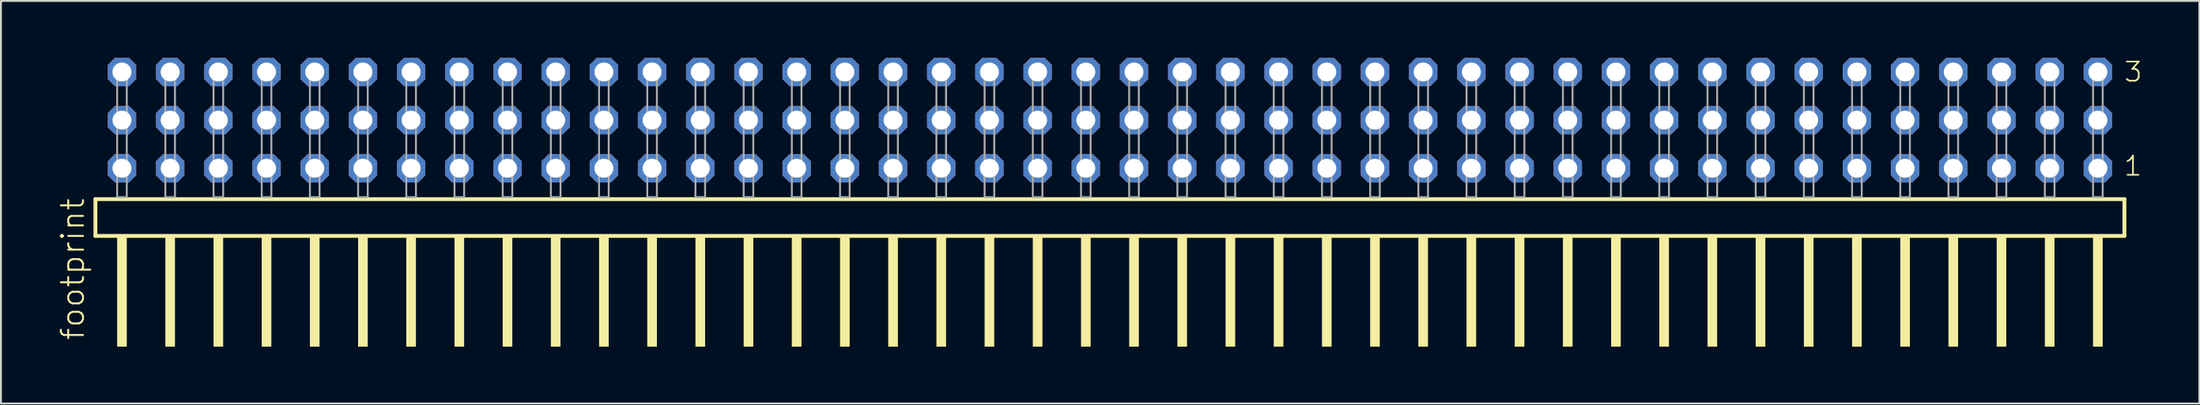
<source format=kicad_pcb>
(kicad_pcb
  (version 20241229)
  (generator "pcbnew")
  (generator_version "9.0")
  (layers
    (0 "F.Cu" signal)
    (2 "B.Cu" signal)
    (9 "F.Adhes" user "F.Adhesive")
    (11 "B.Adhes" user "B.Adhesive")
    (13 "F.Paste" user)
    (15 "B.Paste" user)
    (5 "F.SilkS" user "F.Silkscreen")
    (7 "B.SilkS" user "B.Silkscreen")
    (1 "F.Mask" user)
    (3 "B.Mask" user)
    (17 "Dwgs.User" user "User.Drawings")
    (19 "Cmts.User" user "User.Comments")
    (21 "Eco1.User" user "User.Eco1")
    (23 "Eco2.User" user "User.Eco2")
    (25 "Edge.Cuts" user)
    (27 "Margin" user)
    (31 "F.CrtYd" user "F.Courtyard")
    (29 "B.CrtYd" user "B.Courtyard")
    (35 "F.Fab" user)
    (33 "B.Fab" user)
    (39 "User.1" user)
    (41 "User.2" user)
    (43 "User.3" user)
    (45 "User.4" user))
  (footprint "footprint"
    (layer "F.Cu")
    (at 55.448 7.354)
    (property "Reference" "footprint" (at -53.975 7.62 90) (layer "F.SilkS") (effects (font (size 1.168 1.168) (thickness 0.102)) (justify left bottom)))
    (fp_line (start -53.469 0.106) (end -53.469 2.046) (stroke (width 0.203) (type solid)) (layer "F.SilkS"))
    (fp_line (start -53.469 2.046) (end 53.469 2.046) (stroke (width 0.203) (type solid)) (layer "F.SilkS"))
    (fp_line (start 53.469 0.106) (end -53.469 0.106) (stroke (width 0.203) (type solid)) (layer "F.SilkS"))
    (fp_line (start 53.469 2.046) (end 53.469 0.106) (stroke (width 0.203) (type solid)) (layer "F.SilkS"))
    (fp_poly (pts (xy -52.324 7.89) (xy -51.816 7.89) (xy -51.816 2.04) (xy -52.324 2.04)) (stroke (width 0) (type solid)) (fill yes) (layer "F.SilkS"))
    (fp_poly (pts (xy -49.784 7.89) (xy -49.276 7.89) (xy -49.276 2.04) (xy -49.784 2.04)) (stroke (width 0) (type solid)) (fill yes) (layer "F.SilkS"))
    (fp_poly (pts (xy -47.244 7.89) (xy -46.736 7.89) (xy -46.736 2.04) (xy -47.244 2.04)) (stroke (width 0) (type solid)) (fill yes) (layer "F.SilkS"))
    (fp_poly (pts (xy -44.704 7.89) (xy -44.196 7.89) (xy -44.196 2.04) (xy -44.704 2.04)) (stroke (width 0) (type solid)) (fill yes) (layer "F.SilkS"))
    (fp_poly (pts (xy -42.164 7.89) (xy -41.656 7.89) (xy -41.656 2.04) (xy -42.164 2.04)) (stroke (width 0) (type solid)) (fill yes) (layer "F.SilkS"))
    (fp_poly (pts (xy -39.624 7.89) (xy -39.116 7.89) (xy -39.116 2.04) (xy -39.624 2.04)) (stroke (width 0) (type solid)) (fill yes) (layer "F.SilkS"))
    (fp_poly (pts (xy -37.084 7.89) (xy -36.576 7.89) (xy -36.576 2.04) (xy -37.084 2.04)) (stroke (width 0) (type solid)) (fill yes) (layer "F.SilkS"))
    (fp_poly (pts (xy -34.544 7.89) (xy -34.036 7.89) (xy -34.036 2.04) (xy -34.544 2.04)) (stroke (width 0) (type solid)) (fill yes) (layer "F.SilkS"))
    (fp_poly (pts (xy -32.004 7.89) (xy -31.496 7.89) (xy -31.496 2.04) (xy -32.004 2.04)) (stroke (width 0) (type solid)) (fill yes) (layer "F.SilkS"))
    (fp_poly (pts (xy -29.464 7.89) (xy -28.956 7.89) (xy -28.956 2.04) (xy -29.464 2.04)) (stroke (width 0) (type solid)) (fill yes) (layer "F.SilkS"))
    (fp_poly (pts (xy -26.924 7.89) (xy -26.416 7.89) (xy -26.416 2.04) (xy -26.924 2.04)) (stroke (width 0) (type solid)) (fill yes) (layer "F.SilkS"))
    (fp_poly (pts (xy -24.384 7.89) (xy -23.876 7.89) (xy -23.876 2.04) (xy -24.384 2.04)) (stroke (width 0) (type solid)) (fill yes) (layer "F.SilkS"))
    (fp_poly (pts (xy -21.844 7.89) (xy -21.336 7.89) (xy -21.336 2.04) (xy -21.844 2.04)) (stroke (width 0) (type solid)) (fill yes) (layer "F.SilkS"))
    (fp_poly (pts (xy -19.304 7.89) (xy -18.796 7.89) (xy -18.796 2.04) (xy -19.304 2.04)) (stroke (width 0) (type solid)) (fill yes) (layer "F.SilkS"))
    (fp_poly (pts (xy -16.764 7.89) (xy -16.256 7.89) (xy -16.256 2.04) (xy -16.764 2.04)) (stroke (width 0) (type solid)) (fill yes) (layer "F.SilkS"))
    (fp_poly (pts (xy -14.224 7.89) (xy -13.716 7.89) (xy -13.716 2.04) (xy -14.224 2.04)) (stroke (width 0) (type solid)) (fill yes) (layer "F.SilkS"))
    (fp_poly (pts (xy -11.684 7.89) (xy -11.176 7.89) (xy -11.176 2.04) (xy -11.684 2.04)) (stroke (width 0) (type solid)) (fill yes) (layer "F.SilkS"))
    (fp_poly (pts (xy -9.144 7.89) (xy -8.636 7.89) (xy -8.636 2.04) (xy -9.144 2.04)) (stroke (width 0) (type solid)) (fill yes) (layer "F.SilkS"))
    (fp_poly (pts (xy -6.604 7.89) (xy -6.096 7.89) (xy -6.096 2.04) (xy -6.604 2.04)) (stroke (width 0) (type solid)) (fill yes) (layer "F.SilkS"))
    (fp_poly (pts (xy -4.064 7.89) (xy -3.556 7.89) (xy -3.556 2.04) (xy -4.064 2.04)) (stroke (width 0) (type solid)) (fill yes) (layer "F.SilkS"))
    (fp_poly (pts (xy -1.524 7.89) (xy -1.016 7.89) (xy -1.016 2.04) (xy -1.524 2.04)) (stroke (width 0) (type solid)) (fill yes) (layer "F.SilkS"))
    (fp_poly (pts (xy 1.016 7.89) (xy 1.524 7.89) (xy 1.524 2.04) (xy 1.016 2.04)) (stroke (width 0) (type solid)) (fill yes) (layer "F.SilkS"))
    (fp_poly (pts (xy 3.556 7.89) (xy 4.064 7.89) (xy 4.064 2.04) (xy 3.556 2.04)) (stroke (width 0) (type solid)) (fill yes) (layer "F.SilkS"))
    (fp_poly (pts (xy 6.096 7.89) (xy 6.604 7.89) (xy 6.604 2.04) (xy 6.096 2.04)) (stroke (width 0) (type solid)) (fill yes) (layer "F.SilkS"))
    (fp_poly (pts (xy 8.636 7.89) (xy 9.144 7.89) (xy 9.144 2.04) (xy 8.636 2.04)) (stroke (width 0) (type solid)) (fill yes) (layer "F.SilkS"))
    (fp_poly (pts (xy 11.176 7.89) (xy 11.684 7.89) (xy 11.684 2.04) (xy 11.176 2.04)) (stroke (width 0) (type solid)) (fill yes) (layer "F.SilkS"))
    (fp_poly (pts (xy 13.716 7.89) (xy 14.224 7.89) (xy 14.224 2.04) (xy 13.716 2.04)) (stroke (width 0) (type solid)) (fill yes) (layer "F.SilkS"))
    (fp_poly (pts (xy 16.256 7.89) (xy 16.764 7.89) (xy 16.764 2.04) (xy 16.256 2.04)) (stroke (width 0) (type solid)) (fill yes) (layer "F.SilkS"))
    (fp_poly (pts (xy 18.796 7.89) (xy 19.304 7.89) (xy 19.304 2.04) (xy 18.796 2.04)) (stroke (width 0) (type solid)) (fill yes) (layer "F.SilkS"))
    (fp_poly (pts (xy 21.336 7.89) (xy 21.844 7.89) (xy 21.844 2.04) (xy 21.336 2.04)) (stroke (width 0) (type solid)) (fill yes) (layer "F.SilkS"))
    (fp_poly (pts (xy 23.876 7.89) (xy 24.384 7.89) (xy 24.384 2.04) (xy 23.876 2.04)) (stroke (width 0) (type solid)) (fill yes) (layer "F.SilkS"))
    (fp_poly (pts (xy 26.416 7.89) (xy 26.924 7.89) (xy 26.924 2.04) (xy 26.416 2.04)) (stroke (width 0) (type solid)) (fill yes) (layer "F.SilkS"))
    (fp_poly (pts (xy 28.956 7.89) (xy 29.464 7.89) (xy 29.464 2.04) (xy 28.956 2.04)) (stroke (width 0) (type solid)) (fill yes) (layer "F.SilkS"))
    (fp_poly (pts (xy 31.496 7.89) (xy 32.004 7.89) (xy 32.004 2.04) (xy 31.496 2.04)) (stroke (width 0) (type solid)) (fill yes) (layer "F.SilkS"))
    (fp_poly (pts (xy 34.036 7.89) (xy 34.544 7.89) (xy 34.544 2.04) (xy 34.036 2.04)) (stroke (width 0) (type solid)) (fill yes) (layer "F.SilkS"))
    (fp_poly (pts (xy 36.576 7.89) (xy 37.084 7.89) (xy 37.084 2.04) (xy 36.576 2.04)) (stroke (width 0) (type solid)) (fill yes) (layer "F.SilkS"))
    (fp_poly (pts (xy 39.116 7.89) (xy 39.624 7.89) (xy 39.624 2.04) (xy 39.116 2.04)) (stroke (width 0) (type solid)) (fill yes) (layer "F.SilkS"))
    (fp_poly (pts (xy 41.656 7.89) (xy 42.164 7.89) (xy 42.164 2.04) (xy 41.656 2.04)) (stroke (width 0) (type solid)) (fill yes) (layer "F.SilkS"))
    (fp_poly (pts (xy 44.196 7.89) (xy 44.704 7.89) (xy 44.704 2.04) (xy 44.196 2.04)) (stroke (width 0) (type solid)) (fill yes) (layer "F.SilkS"))
    (fp_poly (pts (xy 46.736 7.89) (xy 47.244 7.89) (xy 47.244 2.04) (xy 46.736 2.04)) (stroke (width 0) (type solid)) (fill yes) (layer "F.SilkS"))
    (fp_poly (pts (xy 49.276 7.89) (xy 49.784 7.89) (xy 49.784 2.04) (xy 49.276 2.04)) (stroke (width 0) (type solid)) (fill yes) (layer "F.SilkS"))
    (fp_poly (pts (xy 51.816 7.89) (xy 52.324 7.89) (xy 52.324 2.04) (xy 51.816 2.04)) (stroke (width 0) (type solid)) (fill yes) (layer "F.SilkS"))
    (fp_poly (pts (xy -52.324 0) (xy -51.816 0) (xy -51.816 -6.858) (xy -52.324 -6.858)) (stroke (width 0.1) (type solid)) (fill no) (layer "F.Fab"))
    (fp_poly (pts (xy -49.784 0) (xy -49.276 0) (xy -49.276 -6.858) (xy -49.784 -6.858)) (stroke (width 0.1) (type solid)) (fill no) (layer "F.Fab"))
    (fp_poly (pts (xy -47.244 0) (xy -46.736 0) (xy -46.736 -6.858) (xy -47.244 -6.858)) (stroke (width 0.1) (type solid)) (fill no) (layer "F.Fab"))
    (fp_poly (pts (xy -44.704 0) (xy -44.196 0) (xy -44.196 -6.858) (xy -44.704 -6.858)) (stroke (width 0.1) (type solid)) (fill no) (layer "F.Fab"))
    (fp_poly (pts (xy -42.164 0) (xy -41.656 0) (xy -41.656 -6.858) (xy -42.164 -6.858)) (stroke (width 0.1) (type solid)) (fill no) (layer "F.Fab"))
    (fp_poly (pts (xy -39.624 0) (xy -39.116 0) (xy -39.116 -6.858) (xy -39.624 -6.858)) (stroke (width 0.1) (type solid)) (fill no) (layer "F.Fab"))
    (fp_poly (pts (xy -37.084 0) (xy -36.576 0) (xy -36.576 -6.858) (xy -37.084 -6.858)) (stroke (width 0.1) (type solid)) (fill no) (layer "F.Fab"))
    (fp_poly (pts (xy -34.544 0) (xy -34.036 0) (xy -34.036 -6.858) (xy -34.544 -6.858)) (stroke (width 0.1) (type solid)) (fill no) (layer "F.Fab"))
    (fp_poly (pts (xy -32.004 0) (xy -31.496 0) (xy -31.496 -6.858) (xy -32.004 -6.858)) (stroke (width 0.1) (type solid)) (fill no) (layer "F.Fab"))
    (fp_poly (pts (xy -29.464 0) (xy -28.956 0) (xy -28.956 -6.858) (xy -29.464 -6.858)) (stroke (width 0.1) (type solid)) (fill no) (layer "F.Fab"))
    (fp_poly (pts (xy -26.924 0) (xy -26.416 0) (xy -26.416 -6.858) (xy -26.924 -6.858)) (stroke (width 0.1) (type solid)) (fill no) (layer "F.Fab"))
    (fp_poly (pts (xy -24.384 0) (xy -23.876 0) (xy -23.876 -6.858) (xy -24.384 -6.858)) (stroke (width 0.1) (type solid)) (fill no) (layer "F.Fab"))
    (fp_poly (pts (xy -21.844 0) (xy -21.336 0) (xy -21.336 -6.858) (xy -21.844 -6.858)) (stroke (width 0.1) (type solid)) (fill no) (layer "F.Fab"))
    (fp_poly (pts (xy -19.304 0) (xy -18.796 0) (xy -18.796 -6.858) (xy -19.304 -6.858)) (stroke (width 0.1) (type solid)) (fill no) (layer "F.Fab"))
    (fp_poly (pts (xy -16.764 0) (xy -16.256 0) (xy -16.256 -6.858) (xy -16.764 -6.858)) (stroke (width 0.1) (type solid)) (fill no) (layer "F.Fab"))
    (fp_poly (pts (xy -14.224 0) (xy -13.716 0) (xy -13.716 -6.858) (xy -14.224 -6.858)) (stroke (width 0.1) (type solid)) (fill no) (layer "F.Fab"))
    (fp_poly (pts (xy -11.684 0) (xy -11.176 0) (xy -11.176 -6.858) (xy -11.684 -6.858)) (stroke (width 0.1) (type solid)) (fill no) (layer "F.Fab"))
    (fp_poly (pts (xy -9.144 0) (xy -8.636 0) (xy -8.636 -6.858) (xy -9.144 -6.858)) (stroke (width 0.1) (type solid)) (fill no) (layer "F.Fab"))
    (fp_poly (pts (xy -6.604 0) (xy -6.096 0) (xy -6.096 -6.858) (xy -6.604 -6.858)) (stroke (width 0.1) (type solid)) (fill no) (layer "F.Fab"))
    (fp_poly (pts (xy -4.064 0) (xy -3.556 0) (xy -3.556 -6.858) (xy -4.064 -6.858)) (stroke (width 0.1) (type solid)) (fill no) (layer "F.Fab"))
    (fp_poly (pts (xy -1.524 0) (xy -1.016 0) (xy -1.016 -6.858) (xy -1.524 -6.858)) (stroke (width 0.1) (type solid)) (fill no) (layer "F.Fab"))
    (fp_poly (pts (xy 1.016 0) (xy 1.524 0) (xy 1.524 -6.858) (xy 1.016 -6.858)) (stroke (width 0.1) (type solid)) (fill no) (layer "F.Fab"))
    (fp_poly (pts (xy 3.556 0) (xy 4.064 0) (xy 4.064 -6.858) (xy 3.556 -6.858)) (stroke (width 0.1) (type solid)) (fill no) (layer "F.Fab"))
    (fp_poly (pts (xy 6.096 0) (xy 6.604 0) (xy 6.604 -6.858) (xy 6.096 -6.858)) (stroke (width 0.1) (type solid)) (fill no) (layer "F.Fab"))
    (fp_poly (pts (xy 8.636 0) (xy 9.144 0) (xy 9.144 -6.858) (xy 8.636 -6.858)) (stroke (width 0.1) (type solid)) (fill no) (layer "F.Fab"))
    (fp_poly (pts (xy 11.176 0) (xy 11.684 0) (xy 11.684 -6.858) (xy 11.176 -6.858)) (stroke (width 0.1) (type solid)) (fill no) (layer "F.Fab"))
    (fp_poly (pts (xy 13.716 0) (xy 14.224 0) (xy 14.224 -6.858) (xy 13.716 -6.858)) (stroke (width 0.1) (type solid)) (fill no) (layer "F.Fab"))
    (fp_poly (pts (xy 16.256 0) (xy 16.764 0) (xy 16.764 -6.858) (xy 16.256 -6.858)) (stroke (width 0.1) (type solid)) (fill no) (layer "F.Fab"))
    (fp_poly (pts (xy 18.796 0) (xy 19.304 0) (xy 19.304 -6.858) (xy 18.796 -6.858)) (stroke (width 0.1) (type solid)) (fill no) (layer "F.Fab"))
    (fp_poly (pts (xy 21.336 0) (xy 21.844 0) (xy 21.844 -6.858) (xy 21.336 -6.858)) (stroke (width 0.1) (type solid)) (fill no) (layer "F.Fab"))
    (fp_poly (pts (xy 23.876 0) (xy 24.384 0) (xy 24.384 -6.858) (xy 23.876 -6.858)) (stroke (width 0.1) (type solid)) (fill no) (layer "F.Fab"))
    (fp_poly (pts (xy 26.416 0) (xy 26.924 0) (xy 26.924 -6.858) (xy 26.416 -6.858)) (stroke (width 0.1) (type solid)) (fill no) (layer "F.Fab"))
    (fp_poly (pts (xy 28.956 0) (xy 29.464 0) (xy 29.464 -6.858) (xy 28.956 -6.858)) (stroke (width 0.1) (type solid)) (fill no) (layer "F.Fab"))
    (fp_poly (pts (xy 31.496 0) (xy 32.004 0) (xy 32.004 -6.858) (xy 31.496 -6.858)) (stroke (width 0.1) (type solid)) (fill no) (layer "F.Fab"))
    (fp_poly (pts (xy 34.036 0) (xy 34.544 0) (xy 34.544 -6.858) (xy 34.036 -6.858)) (stroke (width 0.1) (type solid)) (fill no) (layer "F.Fab"))
    (fp_poly (pts (xy 36.576 0) (xy 37.084 0) (xy 37.084 -6.858) (xy 36.576 -6.858)) (stroke (width 0.1) (type solid)) (fill no) (layer "F.Fab"))
    (fp_poly (pts (xy 39.116 0) (xy 39.624 0) (xy 39.624 -6.858) (xy 39.116 -6.858)) (stroke (width 0.1) (type solid)) (fill no) (layer "F.Fab"))
    (fp_poly (pts (xy 41.656 0) (xy 42.164 0) (xy 42.164 -6.858) (xy 41.656 -6.858)) (stroke (width 0.1) (type solid)) (fill no) (layer "F.Fab"))
    (fp_poly (pts (xy 44.196 0) (xy 44.704 0) (xy 44.704 -6.858) (xy 44.196 -6.858)) (stroke (width 0.1) (type solid)) (fill no) (layer "F.Fab"))
    (fp_poly (pts (xy 46.736 0) (xy 47.244 0) (xy 47.244 -6.858) (xy 46.736 -6.858)) (stroke (width 0.1) (type solid)) (fill no) (layer "F.Fab"))
    (fp_poly (pts (xy 49.276 0) (xy 49.784 0) (xy 49.784 -6.858) (xy 49.276 -6.858)) (stroke (width 0.1) (type solid)) (fill no) (layer "F.Fab"))
    (fp_poly (pts (xy 51.816 0) (xy 52.324 0) (xy 52.324 -6.858) (xy 51.816 -6.858)) (stroke (width 0.1) (type solid)) (fill no) (layer "F.Fab"))
    (fp_text user "3" (at 53.395 -6.015 0) (layer "F.SilkS") (effects (font (size 1.012 1.012) (thickness 0.088)) (justify left bottom)))
    (fp_text user "1" (at 53.38 -1.05 0) (layer "F.SilkS") (effects (font (size 1.012 1.012) (thickness 0.088)) (justify left bottom)))
    (pad "1" thru_hole roundrect (at 52.07 -1.524 180) (size 1.5 1.5) (drill 1) (layers "*.Cu" "*.Mask") (roundrect_rratio 0.25) (chamfer_ratio 0.25) (chamfer top_left top_right bottom_left bottom_right))
    (pad "2" thru_hole roundrect (at 52.07 -4.064 180) (size 1.5 1.5) (drill 1) (layers "*.Cu" "*.Mask") (roundrect_rratio 0.25) (chamfer_ratio 0.25) (chamfer top_left top_right bottom_left bottom_right))
    (pad "3" thru_hole roundrect (at 52.07 -6.604 180) (size 1.5 1.5) (drill 1) (layers "*.Cu" "*.Mask") (roundrect_rratio 0.25) (chamfer_ratio 0.25) (chamfer top_left top_right bottom_left bottom_right))
    (pad "4" thru_hole roundrect (at 49.53 -1.524 180) (size 1.5 1.5) (drill 1) (layers "*.Cu" "*.Mask") (roundrect_rratio 0.25) (chamfer_ratio 0.25) (chamfer top_left top_right bottom_left bottom_right))
    (pad "5" thru_hole roundrect (at 49.53 -4.064 180) (size 1.5 1.5) (drill 1) (layers "*.Cu" "*.Mask") (roundrect_rratio 0.25) (chamfer_ratio 0.25) (chamfer top_left top_right bottom_left bottom_right))
    (pad "6" thru_hole roundrect (at 49.53 -6.604 180) (size 1.5 1.5) (drill 1) (layers "*.Cu" "*.Mask") (roundrect_rratio 0.25) (chamfer_ratio 0.25) (chamfer top_left top_right bottom_left bottom_right))
    (pad "7" thru_hole roundrect (at 46.99 -1.524 180) (size 1.5 1.5) (drill 1) (layers "*.Cu" "*.Mask") (roundrect_rratio 0.25) (chamfer_ratio 0.25) (chamfer top_left top_right bottom_left bottom_right))
    (pad "8" thru_hole roundrect (at 46.99 -4.064 180) (size 1.5 1.5) (drill 1) (layers "*.Cu" "*.Mask") (roundrect_rratio 0.25) (chamfer_ratio 0.25) (chamfer top_left top_right bottom_left bottom_right))
    (pad "9" thru_hole roundrect (at 46.99 -6.604 180) (size 1.5 1.5) (drill 1) (layers "*.Cu" "*.Mask") (roundrect_rratio 0.25) (chamfer_ratio 0.25) (chamfer top_left top_right bottom_left bottom_right))
    (pad "10" thru_hole roundrect (at 44.45 -1.524 180) (size 1.5 1.5) (drill 1) (layers "*.Cu" "*.Mask") (roundrect_rratio 0.25) (chamfer_ratio 0.25) (chamfer top_left top_right bottom_left bottom_right))
    (pad "11" thru_hole roundrect (at 44.45 -4.064 180) (size 1.5 1.5) (drill 1) (layers "*.Cu" "*.Mask") (roundrect_rratio 0.25) (chamfer_ratio 0.25) (chamfer top_left top_right bottom_left bottom_right))
    (pad "12" thru_hole roundrect (at 44.45 -6.604 180) (size 1.5 1.5) (drill 1) (layers "*.Cu" "*.Mask") (roundrect_rratio 0.25) (chamfer_ratio 0.25) (chamfer top_left top_right bottom_left bottom_right))
    (pad "13" thru_hole roundrect (at 41.91 -1.524 180) (size 1.5 1.5) (drill 1) (layers "*.Cu" "*.Mask") (roundrect_rratio 0.25) (chamfer_ratio 0.25) (chamfer top_left top_right bottom_left bottom_right))
    (pad "14" thru_hole roundrect (at 41.91 -4.064 180) (size 1.5 1.5) (drill 1) (layers "*.Cu" "*.Mask") (roundrect_rratio 0.25) (chamfer_ratio 0.25) (chamfer top_left top_right bottom_left bottom_right))
    (pad "15" thru_hole roundrect (at 41.91 -6.604 180) (size 1.5 1.5) (drill 1) (layers "*.Cu" "*.Mask") (roundrect_rratio 0.25) (chamfer_ratio 0.25) (chamfer top_left top_right bottom_left bottom_right))
    (pad "16" thru_hole roundrect (at 39.37 -1.524 180) (size 1.5 1.5) (drill 1) (layers "*.Cu" "*.Mask") (roundrect_rratio 0.25) (chamfer_ratio 0.25) (chamfer top_left top_right bottom_left bottom_right))
    (pad "17" thru_hole roundrect (at 39.37 -4.064 180) (size 1.5 1.5) (drill 1) (layers "*.Cu" "*.Mask") (roundrect_rratio 0.25) (chamfer_ratio 0.25) (chamfer top_left top_right bottom_left bottom_right))
    (pad "18" thru_hole roundrect (at 39.37 -6.604 180) (size 1.5 1.5) (drill 1) (layers "*.Cu" "*.Mask") (roundrect_rratio 0.25) (chamfer_ratio 0.25) (chamfer top_left top_right bottom_left bottom_right))
    (pad "19" thru_hole roundrect (at 36.83 -1.524 180) (size 1.5 1.5) (drill 1) (layers "*.Cu" "*.Mask") (roundrect_rratio 0.25) (chamfer_ratio 0.25) (chamfer top_left top_right bottom_left bottom_right))
    (pad "20" thru_hole roundrect (at 36.83 -4.064 180) (size 1.5 1.5) (drill 1) (layers "*.Cu" "*.Mask") (roundrect_rratio 0.25) (chamfer_ratio 0.25) (chamfer top_left top_right bottom_left bottom_right))
    (pad "21" thru_hole roundrect (at 36.83 -6.604 180) (size 1.5 1.5) (drill 1) (layers "*.Cu" "*.Mask") (roundrect_rratio 0.25) (chamfer_ratio 0.25) (chamfer top_left top_right bottom_left bottom_right))
    (pad "22" thru_hole roundrect (at 34.29 -1.524 180) (size 1.5 1.5) (drill 1) (layers "*.Cu" "*.Mask") (roundrect_rratio 0.25) (chamfer_ratio 0.25) (chamfer top_left top_right bottom_left bottom_right))
    (pad "23" thru_hole roundrect (at 34.29 -4.064 180) (size 1.5 1.5) (drill 1) (layers "*.Cu" "*.Mask") (roundrect_rratio 0.25) (chamfer_ratio 0.25) (chamfer top_left top_right bottom_left bottom_right))
    (pad "24" thru_hole roundrect (at 34.29 -6.604 180) (size 1.5 1.5) (drill 1) (layers "*.Cu" "*.Mask") (roundrect_rratio 0.25) (chamfer_ratio 0.25) (chamfer top_left top_right bottom_left bottom_right))
    (pad "25" thru_hole roundrect (at 31.75 -1.524 180) (size 1.5 1.5) (drill 1) (layers "*.Cu" "*.Mask") (roundrect_rratio 0.25) (chamfer_ratio 0.25) (chamfer top_left top_right bottom_left bottom_right))
    (pad "26" thru_hole roundrect (at 31.75 -4.064 180) (size 1.5 1.5) (drill 1) (layers "*.Cu" "*.Mask") (roundrect_rratio 0.25) (chamfer_ratio 0.25) (chamfer top_left top_right bottom_left bottom_right))
    (pad "27" thru_hole roundrect (at 31.75 -6.604 180) (size 1.5 1.5) (drill 1) (layers "*.Cu" "*.Mask") (roundrect_rratio 0.25) (chamfer_ratio 0.25) (chamfer top_left top_right bottom_left bottom_right))
    (pad "28" thru_hole roundrect (at 29.21 -1.524 180) (size 1.5 1.5) (drill 1) (layers "*.Cu" "*.Mask") (roundrect_rratio 0.25) (chamfer_ratio 0.25) (chamfer top_left top_right bottom_left bottom_right))
    (pad "29" thru_hole roundrect (at 29.21 -4.064 180) (size 1.5 1.5) (drill 1) (layers "*.Cu" "*.Mask") (roundrect_rratio 0.25) (chamfer_ratio 0.25) (chamfer top_left top_right bottom_left bottom_right))
    (pad "30" thru_hole roundrect (at 29.21 -6.604 180) (size 1.5 1.5) (drill 1) (layers "*.Cu" "*.Mask") (roundrect_rratio 0.25) (chamfer_ratio 0.25) (chamfer top_left top_right bottom_left bottom_right))
    (pad "31" thru_hole roundrect (at 26.67 -1.524 180) (size 1.5 1.5) (drill 1) (layers "*.Cu" "*.Mask") (roundrect_rratio 0.25) (chamfer_ratio 0.25) (chamfer top_left top_right bottom_left bottom_right))
    (pad "32" thru_hole roundrect (at 26.67 -4.064 180) (size 1.5 1.5) (drill 1) (layers "*.Cu" "*.Mask") (roundrect_rratio 0.25) (chamfer_ratio 0.25) (chamfer top_left top_right bottom_left bottom_right))
    (pad "33" thru_hole roundrect (at 26.67 -6.604 180) (size 1.5 1.5) (drill 1) (layers "*.Cu" "*.Mask") (roundrect_rratio 0.25) (chamfer_ratio 0.25) (chamfer top_left top_right bottom_left bottom_right))
    (pad "34" thru_hole roundrect (at 24.13 -1.524 180) (size 1.5 1.5) (drill 1) (layers "*.Cu" "*.Mask") (roundrect_rratio 0.25) (chamfer_ratio 0.25) (chamfer top_left top_right bottom_left bottom_right))
    (pad "35" thru_hole roundrect (at 24.13 -4.064 180) (size 1.5 1.5) (drill 1) (layers "*.Cu" "*.Mask") (roundrect_rratio 0.25) (chamfer_ratio 0.25) (chamfer top_left top_right bottom_left bottom_right))
    (pad "36" thru_hole roundrect (at 24.13 -6.604 180) (size 1.5 1.5) (drill 1) (layers "*.Cu" "*.Mask") (roundrect_rratio 0.25) (chamfer_ratio 0.25) (chamfer top_left top_right bottom_left bottom_right))
    (pad "37" thru_hole roundrect (at 21.59 -1.524 180) (size 1.5 1.5) (drill 1) (layers "*.Cu" "*.Mask") (roundrect_rratio 0.25) (chamfer_ratio 0.25) (chamfer top_left top_right bottom_left bottom_right))
    (pad "38" thru_hole roundrect (at 21.59 -4.064 180) (size 1.5 1.5) (drill 1) (layers "*.Cu" "*.Mask") (roundrect_rratio 0.25) (chamfer_ratio 0.25) (chamfer top_left top_right bottom_left bottom_right))
    (pad "39" thru_hole roundrect (at 21.59 -6.604 180) (size 1.5 1.5) (drill 1) (layers "*.Cu" "*.Mask") (roundrect_rratio 0.25) (chamfer_ratio 0.25) (chamfer top_left top_right bottom_left bottom_right))
    (pad "40" thru_hole roundrect (at 19.05 -1.524 180) (size 1.5 1.5) (drill 1) (layers "*.Cu" "*.Mask") (roundrect_rratio 0.25) (chamfer_ratio 0.25) (chamfer top_left top_right bottom_left bottom_right))
    (pad "41" thru_hole roundrect (at 19.05 -4.064 180) (size 1.5 1.5) (drill 1) (layers "*.Cu" "*.Mask") (roundrect_rratio 0.25) (chamfer_ratio 0.25) (chamfer top_left top_right bottom_left bottom_right))
    (pad "42" thru_hole roundrect (at 19.05 -6.604 180) (size 1.5 1.5) (drill 1) (layers "*.Cu" "*.Mask") (roundrect_rratio 0.25) (chamfer_ratio 0.25) (chamfer top_left top_right bottom_left bottom_right))
    (pad "43" thru_hole roundrect (at 16.51 -1.524 180) (size 1.5 1.5) (drill 1) (layers "*.Cu" "*.Mask") (roundrect_rratio 0.25) (chamfer_ratio 0.25) (chamfer top_left top_right bottom_left bottom_right))
    (pad "44" thru_hole roundrect (at 16.51 -4.064 180) (size 1.5 1.5) (drill 1) (layers "*.Cu" "*.Mask") (roundrect_rratio 0.25) (chamfer_ratio 0.25) (chamfer top_left top_right bottom_left bottom_right))
    (pad "45" thru_hole roundrect (at 16.51 -6.604 180) (size 1.5 1.5) (drill 1) (layers "*.Cu" "*.Mask") (roundrect_rratio 0.25) (chamfer_ratio 0.25) (chamfer top_left top_right bottom_left bottom_right))
    (pad "46" thru_hole roundrect (at 13.97 -1.524 180) (size 1.5 1.5) (drill 1) (layers "*.Cu" "*.Mask") (roundrect_rratio 0.25) (chamfer_ratio 0.25) (chamfer top_left top_right bottom_left bottom_right))
    (pad "47" thru_hole roundrect (at 13.97 -4.064 180) (size 1.5 1.5) (drill 1) (layers "*.Cu" "*.Mask") (roundrect_rratio 0.25) (chamfer_ratio 0.25) (chamfer top_left top_right bottom_left bottom_right))
    (pad "48" thru_hole roundrect (at 13.97 -6.604 180) (size 1.5 1.5) (drill 1) (layers "*.Cu" "*.Mask") (roundrect_rratio 0.25) (chamfer_ratio 0.25) (chamfer top_left top_right bottom_left bottom_right))
    (pad "49" thru_hole roundrect (at 11.43 -1.524 180) (size 1.5 1.5) (drill 1) (layers "*.Cu" "*.Mask") (roundrect_rratio 0.25) (chamfer_ratio 0.25) (chamfer top_left top_right bottom_left bottom_right))
    (pad "50" thru_hole roundrect (at 11.43 -4.064 180) (size 1.5 1.5) (drill 1) (layers "*.Cu" "*.Mask") (roundrect_rratio 0.25) (chamfer_ratio 0.25) (chamfer top_left top_right bottom_left bottom_right))
    (pad "51" thru_hole roundrect (at 11.43 -6.604 180) (size 1.5 1.5) (drill 1) (layers "*.Cu" "*.Mask") (roundrect_rratio 0.25) (chamfer_ratio 0.25) (chamfer top_left top_right bottom_left bottom_right))
    (pad "52" thru_hole roundrect (at 8.89 -1.524 180) (size 1.5 1.5) (drill 1) (layers "*.Cu" "*.Mask") (roundrect_rratio 0.25) (chamfer_ratio 0.25) (chamfer top_left top_right bottom_left bottom_right))
    (pad "53" thru_hole roundrect (at 8.89 -4.064 180) (size 1.5 1.5) (drill 1) (layers "*.Cu" "*.Mask") (roundrect_rratio 0.25) (chamfer_ratio 0.25) (chamfer top_left top_right bottom_left bottom_right))
    (pad "54" thru_hole roundrect (at 8.89 -6.604 180) (size 1.5 1.5) (drill 1) (layers "*.Cu" "*.Mask") (roundrect_rratio 0.25) (chamfer_ratio 0.25) (chamfer top_left top_right bottom_left bottom_right))
    (pad "55" thru_hole roundrect (at 6.35 -1.524 180) (size 1.5 1.5) (drill 1) (layers "*.Cu" "*.Mask") (roundrect_rratio 0.25) (chamfer_ratio 0.25) (chamfer top_left top_right bottom_left bottom_right))
    (pad "56" thru_hole roundrect (at 6.35 -4.064 180) (size 1.5 1.5) (drill 1) (layers "*.Cu" "*.Mask") (roundrect_rratio 0.25) (chamfer_ratio 0.25) (chamfer top_left top_right bottom_left bottom_right))
    (pad "57" thru_hole roundrect (at 6.35 -6.604 180) (size 1.5 1.5) (drill 1) (layers "*.Cu" "*.Mask") (roundrect_rratio 0.25) (chamfer_ratio 0.25) (chamfer top_left top_right bottom_left bottom_right))
    (pad "58" thru_hole roundrect (at 3.81 -1.524 180) (size 1.5 1.5) (drill 1) (layers "*.Cu" "*.Mask") (roundrect_rratio 0.25) (chamfer_ratio 0.25) (chamfer top_left top_right bottom_left bottom_right))
    (pad "59" thru_hole roundrect (at 3.81 -4.064 180) (size 1.5 1.5) (drill 1) (layers "*.Cu" "*.Mask") (roundrect_rratio 0.25) (chamfer_ratio 0.25) (chamfer top_left top_right bottom_left bottom_right))
    (pad "60" thru_hole roundrect (at 3.81 -6.604 180) (size 1.5 1.5) (drill 1) (layers "*.Cu" "*.Mask") (roundrect_rratio 0.25) (chamfer_ratio 0.25) (chamfer top_left top_right bottom_left bottom_right))
    (pad "61" thru_hole roundrect (at 1.27 -1.524 180) (size 1.5 1.5) (drill 1) (layers "*.Cu" "*.Mask") (roundrect_rratio 0.25) (chamfer_ratio 0.25) (chamfer top_left top_right bottom_left bottom_right))
    (pad "62" thru_hole roundrect (at 1.27 -4.064 180) (size 1.5 1.5) (drill 1) (layers "*.Cu" "*.Mask") (roundrect_rratio 0.25) (chamfer_ratio 0.25) (chamfer top_left top_right bottom_left bottom_right))
    (pad "63" thru_hole roundrect (at 1.27 -6.604 180) (size 1.5 1.5) (drill 1) (layers "*.Cu" "*.Mask") (roundrect_rratio 0.25) (chamfer_ratio 0.25) (chamfer top_left top_right bottom_left bottom_right))
    (pad "64" thru_hole roundrect (at -1.27 -1.524 180) (size 1.5 1.5) (drill 1) (layers "*.Cu" "*.Mask") (roundrect_rratio 0.25) (chamfer_ratio 0.25) (chamfer top_left top_right bottom_left bottom_right))
    (pad "65" thru_hole roundrect (at -1.27 -4.064 180) (size 1.5 1.5) (drill 1) (layers "*.Cu" "*.Mask") (roundrect_rratio 0.25) (chamfer_ratio 0.25) (chamfer top_left top_right bottom_left bottom_right))
    (pad "66" thru_hole roundrect (at -1.27 -6.604 180) (size 1.5 1.5) (drill 1) (layers "*.Cu" "*.Mask") (roundrect_rratio 0.25) (chamfer_ratio 0.25) (chamfer top_left top_right bottom_left bottom_right))
    (pad "67" thru_hole roundrect (at -3.81 -1.524 180) (size 1.5 1.5) (drill 1) (layers "*.Cu" "*.Mask") (roundrect_rratio 0.25) (chamfer_ratio 0.25) (chamfer top_left top_right bottom_left bottom_right))
    (pad "68" thru_hole roundrect (at -3.81 -4.064 180) (size 1.5 1.5) (drill 1) (layers "*.Cu" "*.Mask") (roundrect_rratio 0.25) (chamfer_ratio 0.25) (chamfer top_left top_right bottom_left bottom_right))
    (pad "69" thru_hole roundrect (at -3.81 -6.604 180) (size 1.5 1.5) (drill 1) (layers "*.Cu" "*.Mask") (roundrect_rratio 0.25) (chamfer_ratio 0.25) (chamfer top_left top_right bottom_left bottom_right))
    (pad "70" thru_hole roundrect (at -6.35 -1.524 180) (size 1.5 1.5) (drill 1) (layers "*.Cu" "*.Mask") (roundrect_rratio 0.25) (chamfer_ratio 0.25) (chamfer top_left top_right bottom_left bottom_right))
    (pad "71" thru_hole roundrect (at -6.35 -4.064 180) (size 1.5 1.5) (drill 1) (layers "*.Cu" "*.Mask") (roundrect_rratio 0.25) (chamfer_ratio 0.25) (chamfer top_left top_right bottom_left bottom_right))
    (pad "72" thru_hole roundrect (at -6.35 -6.604 180) (size 1.5 1.5) (drill 1) (layers "*.Cu" "*.Mask") (roundrect_rratio 0.25) (chamfer_ratio 0.25) (chamfer top_left top_right bottom_left bottom_right))
    (pad "73" thru_hole roundrect (at -8.89 -1.524 180) (size 1.5 1.5) (drill 1) (layers "*.Cu" "*.Mask") (roundrect_rratio 0.25) (chamfer_ratio 0.25) (chamfer top_left top_right bottom_left bottom_right))
    (pad "74" thru_hole roundrect (at -8.89 -4.064 180) (size 1.5 1.5) (drill 1) (layers "*.Cu" "*.Mask") (roundrect_rratio 0.25) (chamfer_ratio 0.25) (chamfer top_left top_right bottom_left bottom_right))
    (pad "75" thru_hole roundrect (at -8.89 -6.604 180) (size 1.5 1.5) (drill 1) (layers "*.Cu" "*.Mask") (roundrect_rratio 0.25) (chamfer_ratio 0.25) (chamfer top_left top_right bottom_left bottom_right))
    (pad "76" thru_hole roundrect (at -11.43 -1.524 180) (size 1.5 1.5) (drill 1) (layers "*.Cu" "*.Mask") (roundrect_rratio 0.25) (chamfer_ratio 0.25) (chamfer top_left top_right bottom_left bottom_right))
    (pad "77" thru_hole roundrect (at -11.43 -4.064 180) (size 1.5 1.5) (drill 1) (layers "*.Cu" "*.Mask") (roundrect_rratio 0.25) (chamfer_ratio 0.25) (chamfer top_left top_right bottom_left bottom_right))
    (pad "78" thru_hole roundrect (at -11.43 -6.604 180) (size 1.5 1.5) (drill 1) (layers "*.Cu" "*.Mask") (roundrect_rratio 0.25) (chamfer_ratio 0.25) (chamfer top_left top_right bottom_left bottom_right))
    (pad "79" thru_hole roundrect (at -13.97 -1.524 180) (size 1.5 1.5) (drill 1) (layers "*.Cu" "*.Mask") (roundrect_rratio 0.25) (chamfer_ratio 0.25) (chamfer top_left top_right bottom_left bottom_right))
    (pad "80" thru_hole roundrect (at -13.97 -4.064 180) (size 1.5 1.5) (drill 1) (layers "*.Cu" "*.Mask") (roundrect_rratio 0.25) (chamfer_ratio 0.25) (chamfer top_left top_right bottom_left bottom_right))
    (pad "81" thru_hole roundrect (at -13.97 -6.604 180) (size 1.5 1.5) (drill 1) (layers "*.Cu" "*.Mask") (roundrect_rratio 0.25) (chamfer_ratio 0.25) (chamfer top_left top_right bottom_left bottom_right))
    (pad "82" thru_hole roundrect (at -16.51 -1.524 180) (size 1.5 1.5) (drill 1) (layers "*.Cu" "*.Mask") (roundrect_rratio 0.25) (chamfer_ratio 0.25) (chamfer top_left top_right bottom_left bottom_right))
    (pad "83" thru_hole roundrect (at -16.51 -4.064 180) (size 1.5 1.5) (drill 1) (layers "*.Cu" "*.Mask") (roundrect_rratio 0.25) (chamfer_ratio 0.25) (chamfer top_left top_right bottom_left bottom_right))
    (pad "84" thru_hole roundrect (at -16.51 -6.604 180) (size 1.5 1.5) (drill 1) (layers "*.Cu" "*.Mask") (roundrect_rratio 0.25) (chamfer_ratio 0.25) (chamfer top_left top_right bottom_left bottom_right))
    (pad "85" thru_hole roundrect (at -19.05 -1.524 180) (size 1.5 1.5) (drill 1) (layers "*.Cu" "*.Mask") (roundrect_rratio 0.25) (chamfer_ratio 0.25) (chamfer top_left top_right bottom_left bottom_right))
    (pad "86" thru_hole roundrect (at -19.05 -4.064 180) (size 1.5 1.5) (drill 1) (layers "*.Cu" "*.Mask") (roundrect_rratio 0.25) (chamfer_ratio 0.25) (chamfer top_left top_right bottom_left bottom_right))
    (pad "87" thru_hole roundrect (at -19.05 -6.604 180) (size 1.5 1.5) (drill 1) (layers "*.Cu" "*.Mask") (roundrect_rratio 0.25) (chamfer_ratio 0.25) (chamfer top_left top_right bottom_left bottom_right))
    (pad "88" thru_hole roundrect (at -21.59 -1.524 180) (size 1.5 1.5) (drill 1) (layers "*.Cu" "*.Mask") (roundrect_rratio 0.25) (chamfer_ratio 0.25) (chamfer top_left top_right bottom_left bottom_right))
    (pad "89" thru_hole roundrect (at -21.59 -4.064 180) (size 1.5 1.5) (drill 1) (layers "*.Cu" "*.Mask") (roundrect_rratio 0.25) (chamfer_ratio 0.25) (chamfer top_left top_right bottom_left bottom_right))
    (pad "90" thru_hole roundrect (at -21.59 -6.604 180) (size 1.5 1.5) (drill 1) (layers "*.Cu" "*.Mask") (roundrect_rratio 0.25) (chamfer_ratio 0.25) (chamfer top_left top_right bottom_left bottom_right))
    (pad "91" thru_hole roundrect (at -24.13 -1.524 180) (size 1.5 1.5) (drill 1) (layers "*.Cu" "*.Mask") (roundrect_rratio 0.25) (chamfer_ratio 0.25) (chamfer top_left top_right bottom_left bottom_right))
    (pad "92" thru_hole roundrect (at -24.13 -4.064 180) (size 1.5 1.5) (drill 1) (layers "*.Cu" "*.Mask") (roundrect_rratio 0.25) (chamfer_ratio 0.25) (chamfer top_left top_right bottom_left bottom_right))
    (pad "93" thru_hole roundrect (at -24.13 -6.604 180) (size 1.5 1.5) (drill 1) (layers "*.Cu" "*.Mask") (roundrect_rratio 0.25) (chamfer_ratio 0.25) (chamfer top_left top_right bottom_left bottom_right))
    (pad "94" thru_hole roundrect (at -26.67 -1.524 180) (size 1.5 1.5) (drill 1) (layers "*.Cu" "*.Mask") (roundrect_rratio 0.25) (chamfer_ratio 0.25) (chamfer top_left top_right bottom_left bottom_right))
    (pad "95" thru_hole roundrect (at -26.67 -4.064 180) (size 1.5 1.5) (drill 1) (layers "*.Cu" "*.Mask") (roundrect_rratio 0.25) (chamfer_ratio 0.25) (chamfer top_left top_right bottom_left bottom_right))
    (pad "96" thru_hole roundrect (at -26.67 -6.604 180) (size 1.5 1.5) (drill 1) (layers "*.Cu" "*.Mask") (roundrect_rratio 0.25) (chamfer_ratio 0.25) (chamfer top_left top_right bottom_left bottom_right))
    (pad "97" thru_hole roundrect (at -29.21 -1.524 180) (size 1.5 1.5) (drill 1) (layers "*.Cu" "*.Mask") (roundrect_rratio 0.25) (chamfer_ratio 0.25) (chamfer top_left top_right bottom_left bottom_right))
    (pad "98" thru_hole roundrect (at -29.21 -4.064 180) (size 1.5 1.5) (drill 1) (layers "*.Cu" "*.Mask") (roundrect_rratio 0.25) (chamfer_ratio 0.25) (chamfer top_left top_right bottom_left bottom_right))
    (pad "99" thru_hole roundrect (at -29.21 -6.604 180) (size 1.5 1.5) (drill 1) (layers "*.Cu" "*.Mask") (roundrect_rratio 0.25) (chamfer_ratio 0.25) (chamfer top_left top_right bottom_left bottom_right))
    (pad "100" thru_hole roundrect (at -31.75 -1.524 180) (size 1.5 1.5) (drill 1) (layers "*.Cu" "*.Mask") (roundrect_rratio 0.25) (chamfer_ratio 0.25) (chamfer top_left top_right bottom_left bottom_right))
    (pad "101" thru_hole roundrect (at -31.75 -4.064 180) (size 1.5 1.5) (drill 1) (layers "*.Cu" "*.Mask") (roundrect_rratio 0.25) (chamfer_ratio 0.25) (chamfer top_left top_right bottom_left bottom_right))
    (pad "102" thru_hole roundrect (at -31.75 -6.604 180) (size 1.5 1.5) (drill 1) (layers "*.Cu" "*.Mask") (roundrect_rratio 0.25) (chamfer_ratio 0.25) (chamfer top_left top_right bottom_left bottom_right))
    (pad "103" thru_hole roundrect (at -34.29 -1.524 180) (size 1.5 1.5) (drill 1) (layers "*.Cu" "*.Mask") (roundrect_rratio 0.25) (chamfer_ratio 0.25) (chamfer top_left top_right bottom_left bottom_right))
    (pad "104" thru_hole roundrect (at -34.29 -4.064 180) (size 1.5 1.5) (drill 1) (layers "*.Cu" "*.Mask") (roundrect_rratio 0.25) (chamfer_ratio 0.25) (chamfer top_left top_right bottom_left bottom_right))
    (pad "105" thru_hole roundrect (at -34.29 -6.604 180) (size 1.5 1.5) (drill 1) (layers "*.Cu" "*.Mask") (roundrect_rratio 0.25) (chamfer_ratio 0.25) (chamfer top_left top_right bottom_left bottom_right))
    (pad "106" thru_hole roundrect (at -36.83 -1.524 180) (size 1.5 1.5) (drill 1) (layers "*.Cu" "*.Mask") (roundrect_rratio 0.25) (chamfer_ratio 0.25) (chamfer top_left top_right bottom_left bottom_right))
    (pad "107" thru_hole roundrect (at -36.83 -4.064 180) (size 1.5 1.5) (drill 1) (layers "*.Cu" "*.Mask") (roundrect_rratio 0.25) (chamfer_ratio 0.25) (chamfer top_left top_right bottom_left bottom_right))
    (pad "108" thru_hole roundrect (at -36.83 -6.604 180) (size 1.5 1.5) (drill 1) (layers "*.Cu" "*.Mask") (roundrect_rratio 0.25) (chamfer_ratio 0.25) (chamfer top_left top_right bottom_left bottom_right))
    (pad "109" thru_hole roundrect (at -39.37 -1.524 180) (size 1.5 1.5) (drill 1) (layers "*.Cu" "*.Mask") (roundrect_rratio 0.25) (chamfer_ratio 0.25) (chamfer top_left top_right bottom_left bottom_right))
    (pad "110" thru_hole roundrect (at -39.37 -4.064 180) (size 1.5 1.5) (drill 1) (layers "*.Cu" "*.Mask") (roundrect_rratio 0.25) (chamfer_ratio 0.25) (chamfer top_left top_right bottom_left bottom_right))
    (pad "111" thru_hole roundrect (at -39.37 -6.604 180) (size 1.5 1.5) (drill 1) (layers "*.Cu" "*.Mask") (roundrect_rratio 0.25) (chamfer_ratio 0.25) (chamfer top_left top_right bottom_left bottom_right))
    (pad "112" thru_hole roundrect (at -41.91 -1.524 180) (size 1.5 1.5) (drill 1) (layers "*.Cu" "*.Mask") (roundrect_rratio 0.25) (chamfer_ratio 0.25) (chamfer top_left top_right bottom_left bottom_right))
    (pad "113" thru_hole roundrect (at -41.91 -4.064 180) (size 1.5 1.5) (drill 1) (layers "*.Cu" "*.Mask") (roundrect_rratio 0.25) (chamfer_ratio 0.25) (chamfer top_left top_right bottom_left bottom_right))
    (pad "114" thru_hole roundrect (at -41.91 -6.604 180) (size 1.5 1.5) (drill 1) (layers "*.Cu" "*.Mask") (roundrect_rratio 0.25) (chamfer_ratio 0.25) (chamfer top_left top_right bottom_left bottom_right))
    (pad "115" thru_hole roundrect (at -44.45 -1.524 180) (size 1.5 1.5) (drill 1) (layers "*.Cu" "*.Mask") (roundrect_rratio 0.25) (chamfer_ratio 0.25) (chamfer top_left top_right bottom_left bottom_right))
    (pad "116" thru_hole roundrect (at -44.45 -4.064 180) (size 1.5 1.5) (drill 1) (layers "*.Cu" "*.Mask") (roundrect_rratio 0.25) (chamfer_ratio 0.25) (chamfer top_left top_right bottom_left bottom_right))
    (pad "117" thru_hole roundrect (at -44.45 -6.604 180) (size 1.5 1.5) (drill 1) (layers "*.Cu" "*.Mask") (roundrect_rratio 0.25) (chamfer_ratio 0.25) (chamfer top_left top_right bottom_left bottom_right))
    (pad "118" thru_hole roundrect (at -46.99 -1.524 180) (size 1.5 1.5) (drill 1) (layers "*.Cu" "*.Mask") (roundrect_rratio 0.25) (chamfer_ratio 0.25) (chamfer top_left top_right bottom_left bottom_right))
    (pad "119" thru_hole roundrect (at -46.99 -4.064 180) (size 1.5 1.5) (drill 1) (layers "*.Cu" "*.Mask") (roundrect_rratio 0.25) (chamfer_ratio 0.25) (chamfer top_left top_right bottom_left bottom_right))
    (pad "120" thru_hole roundrect (at -46.99 -6.604 180) (size 1.5 1.5) (drill 1) (layers "*.Cu" "*.Mask") (roundrect_rratio 0.25) (chamfer_ratio 0.25) (chamfer top_left top_right bottom_left bottom_right))
    (pad "121" thru_hole roundrect (at -49.53 -1.524 180) (size 1.5 1.5) (drill 1) (layers "*.Cu" "*.Mask") (roundrect_rratio 0.25) (chamfer_ratio 0.25) (chamfer top_left top_right bottom_left bottom_right))
    (pad "122" thru_hole roundrect (at -49.53 -4.064 180) (size 1.5 1.5) (drill 1) (layers "*.Cu" "*.Mask") (roundrect_rratio 0.25) (chamfer_ratio 0.25) (chamfer top_left top_right bottom_left bottom_right))
    (pad "123" thru_hole roundrect (at -49.53 -6.604 180) (size 1.5 1.5) (drill 1) (layers "*.Cu" "*.Mask") (roundrect_rratio 0.25) (chamfer_ratio 0.25) (chamfer top_left top_right bottom_left bottom_right))
    (pad "124" thru_hole roundrect (at -52.07 -1.524 180) (size 1.5 1.5) (drill 1) (layers "*.Cu" "*.Mask") (roundrect_rratio 0.25) (chamfer_ratio 0.25) (chamfer top_left top_right bottom_left bottom_right))
    (pad "125" thru_hole roundrect (at -52.07 -4.064 180) (size 1.5 1.5) (drill 1) (layers "*.Cu" "*.Mask") (roundrect_rratio 0.25) (chamfer_ratio 0.25) (chamfer top_left top_right bottom_left bottom_right))
    (pad "126" thru_hole roundrect (at -52.07 -6.604 180) (size 1.5 1.5) (drill 1) (layers "*.Cu" "*.Mask") (roundrect_rratio 0.25) (chamfer_ratio 0.25) (chamfer top_left top_right bottom_left bottom_right)))
  (gr_rect
    (start -3 -3)
    (end 112.869 18.244)
    (stroke (width 0.1) (type default))
    (fill no)
    (layer "Edge.Cuts")))
</source>
